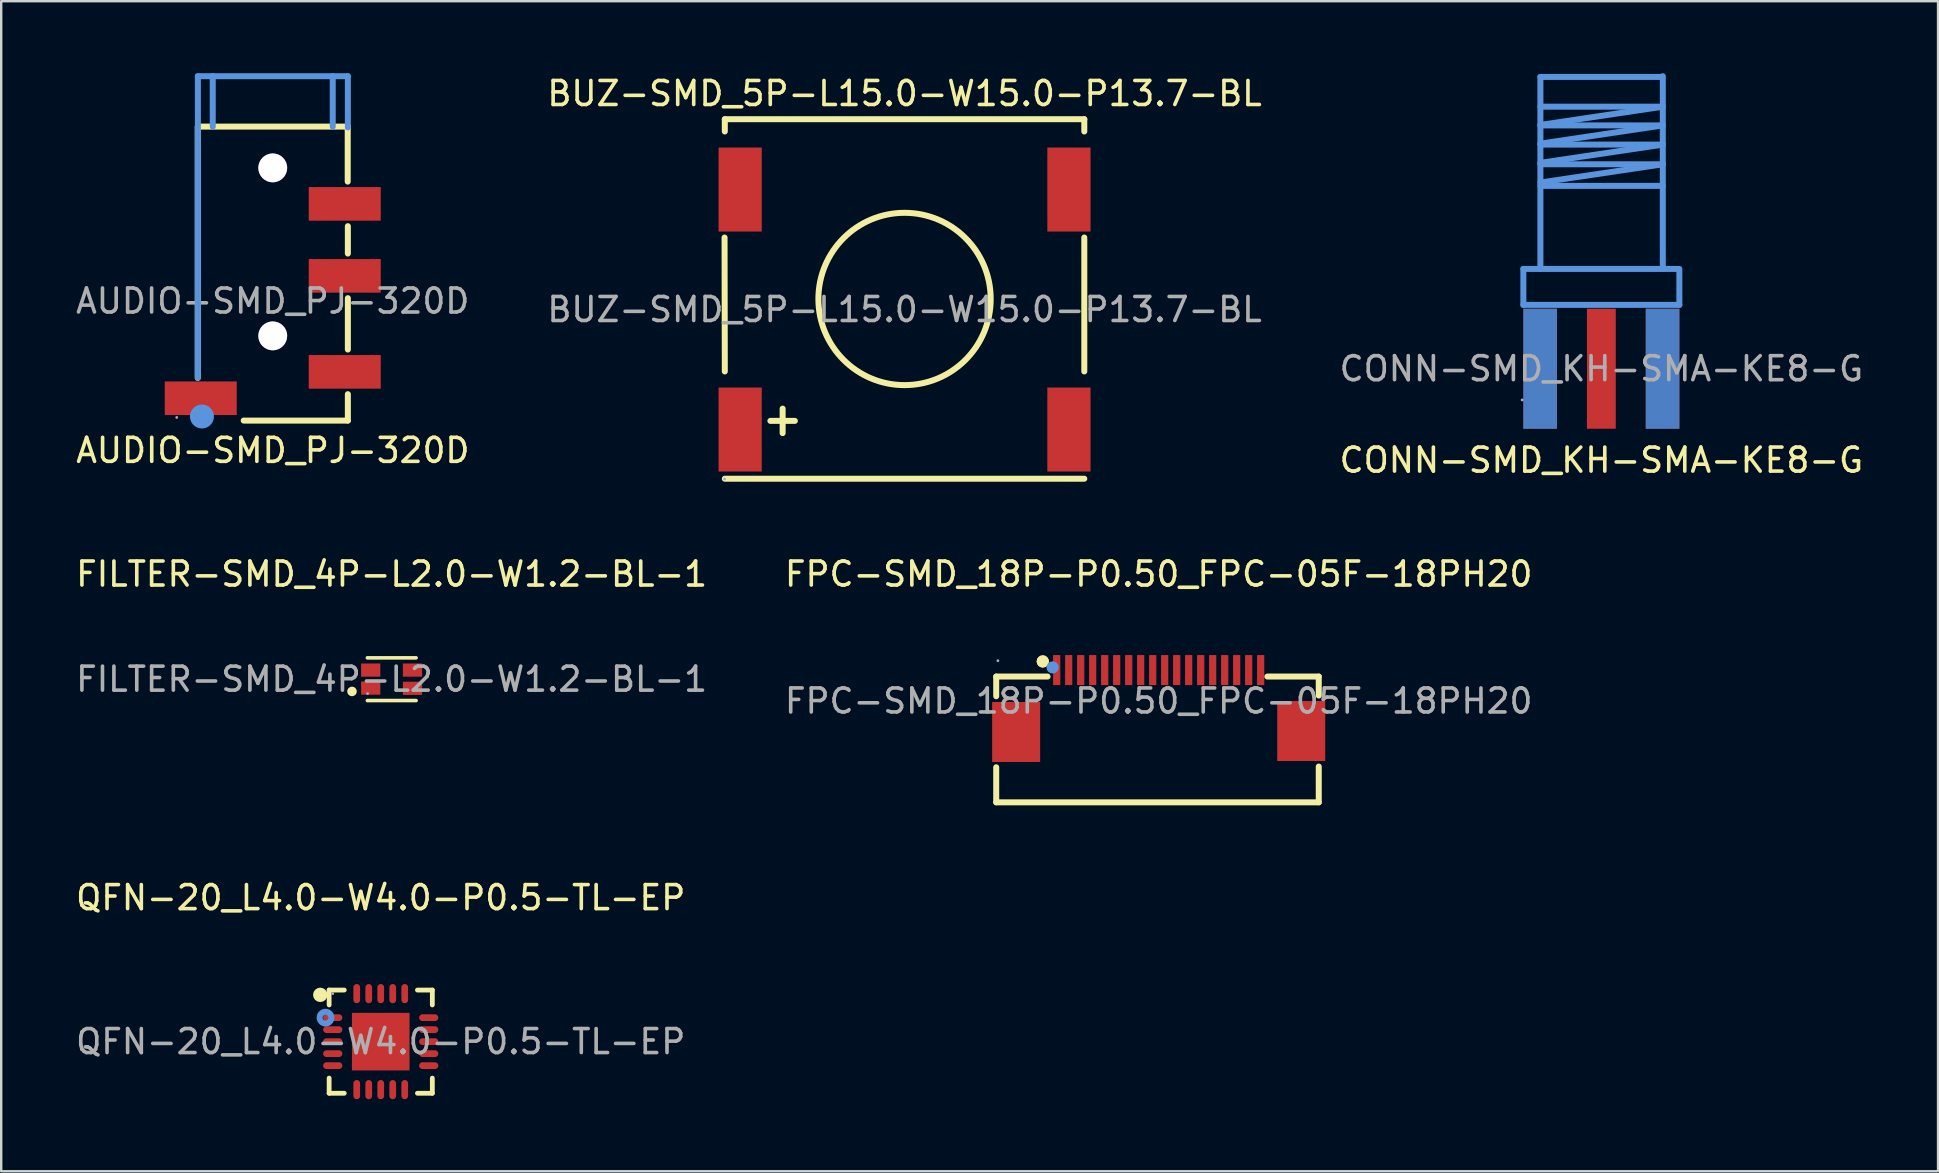
<source format=kicad_pcb>
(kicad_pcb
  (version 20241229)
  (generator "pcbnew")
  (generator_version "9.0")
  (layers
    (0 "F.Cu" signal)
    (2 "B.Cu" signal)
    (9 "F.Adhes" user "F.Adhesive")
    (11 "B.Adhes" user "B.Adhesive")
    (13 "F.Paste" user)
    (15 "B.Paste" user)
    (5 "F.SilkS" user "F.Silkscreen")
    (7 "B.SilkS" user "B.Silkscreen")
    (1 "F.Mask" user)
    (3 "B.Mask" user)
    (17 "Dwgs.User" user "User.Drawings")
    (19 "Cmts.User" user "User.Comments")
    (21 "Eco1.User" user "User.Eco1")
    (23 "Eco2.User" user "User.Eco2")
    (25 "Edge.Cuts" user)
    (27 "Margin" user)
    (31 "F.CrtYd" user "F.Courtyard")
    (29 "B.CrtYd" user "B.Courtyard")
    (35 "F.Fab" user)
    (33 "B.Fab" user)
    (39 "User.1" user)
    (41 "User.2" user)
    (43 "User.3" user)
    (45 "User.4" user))
  (footprint "BUZ-SMD_5P-L15.0-W15.0-P13.7-BL"
    (layer "F.Cu")
    (at 34.642 9.848)
    (property "Reference" "BUZ-SMD_5P-L15.0-W15.0-P13.7-BL" (at 0 -9 0) (layer "F.SilkS") (effects (font (size 1 1) (thickness 0.15))))
    (attr smd)
    (fp_line (start -7.49 -7.93) (end 7.49 -7.93) (stroke (width 0.25) (type solid)) (layer "F.SilkS"))
    (fp_line (start -7.49 -7.42) (end -7.49 -7.93) (stroke (width 0.25) (type solid)) (layer "F.SilkS"))
    (fp_line (start -7.49 2.58) (end -7.5 -3) (stroke (width 0.25) (type solid)) (layer "F.SilkS"))
    (fp_line (start -5.59 4.64) (end -4.57 4.64) (stroke (width 0.25) (type solid)) (layer "F.SilkS"))
    (fp_line (start -5.08 4.13) (end -5.08 5.15) (stroke (width 0.25) (type solid)) (layer "F.SilkS"))
    (fp_line (start 7.49 -7.93) (end 7.49 -7.42) (stroke (width 0.25) (type solid)) (layer "F.SilkS"))
    (fp_line (start 7.49 -3) (end 7.49 2.58) (stroke (width 0.25) (type solid)) (layer "F.SilkS"))
    (fp_line (start 7.49 7.05) (end -7.49 7.05) (stroke (width 0.25) (type solid)) (layer "F.SilkS"))
    (fp_circle (center 0 -0.44) (end 3.59 -0.44) (stroke (width 0.25) (type solid)) (fill no) (layer "F.SilkS"))
    (fp_circle (center -7.5 7.06) (end -7.47 7.06) (stroke (width 0.06) (type solid)) (fill no) (layer "F.Fab"))
    (fp_text user "${REFERENCE}" (at 0 0 0) (layer "F.Fab") (effects (font (size 1 1) (thickness 0.15))))
    (pad "1" smd rect (at -6.85 5) (size 1.8 3.5) (layers "F.Cu" "F.Mask" "F.Paste"))
    (pad "2" smd rect (at 6.85 5) (size 1.8 3.5) (layers "F.Cu" "F.Mask" "F.Paste"))
    (pad "3" smd rect (at 6.85 -5) (size 1.8 3.5) (layers "F.Cu" "F.Mask" "F.Paste"))
    (pad "4" smd rect (at -6.85 -5) (size 1.8 3.5) (layers "F.Cu" "F.Mask" "F.Paste")))
  (footprint "FILTER-SMD_4P-L2.0-W1.2-BL-1"
    (layer "F.Cu")
    (at 13.268 25.252)
    (property "Reference" "FILTER-SMD_4P-L2.0-W1.2-BL-1" (at 0 -4.38 0) (layer "F.SilkS") (effects (font (size 1 1) (thickness 0.15))))
    (attr through_hole)
    (fp_line (start -1.01 -0.89) (end 1.02 -0.89) (stroke (width 0.15) (type solid)) (layer "F.SilkS"))
    (fp_line (start -1.01 0.89) (end 1.02 0.89) (stroke (width 0.15) (type solid)) (layer "F.SilkS"))
    (fp_circle (center -1.65 0.51) (end -1.55 0.51) (stroke (width 0.2) (type solid)) (fill no) (layer "F.SilkS"))
    (fp_circle (center -1 0.6) (end -0.97 0.6) (stroke (width 0.06) (type solid)) (fill no) (layer "F.Fab"))
    (fp_text user "${REFERENCE}" (at 0 0 0) (layer "F.Fab") (effects (font (size 1 1) (thickness 0.15))))
    (pad "1" smd rect (at -0.87 0.37 270) (size 0.55 0.8) (layers "F.Cu" "F.Mask" "F.Paste"))
    (pad "2" smd rect (at 0.87 0.38 270) (size 0.55 0.8) (layers "F.Cu" "F.Mask" "F.Paste"))
    (pad "3" smd rect (at 0.87 -0.38 270) (size 0.55 0.8) (layers "F.Cu" "F.Mask" "F.Paste"))
    (pad "4" smd rect (at -0.87 -0.38 270) (size 0.55 0.8) (layers "F.Cu" "F.Mask" "F.Paste")))
  (footprint "QFN-20_L4.0-W4.0-P0.5-TL-EP"
    (layer "F.Cu")
    (at 12.815 40.355)
    (property "Reference" "QFN-20_L4.0-W4.0-P0.5-TL-EP" (at 0 -6 0) (layer "F.SilkS") (effects (font (size 1 1) (thickness 0.15))))
    (attr smd)
    (fp_line (start -2.15 -2.15) (end -1.52 -2.15) (stroke (width 0.2) (type solid)) (layer "F.SilkS"))
    (fp_line (start -2.15 -1.53) (end -2.15 -2.15) (stroke (width 0.2) (type solid)) (layer "F.SilkS"))
    (fp_line (start -2.15 1.52) (end -2.15 2.15) (stroke (width 0.2) (type solid)) (layer "F.SilkS"))
    (fp_line (start -2.15 2.15) (end -1.52 2.15) (stroke (width 0.2) (type solid)) (layer "F.SilkS"))
    (fp_line (start 1.53 2.15) (end 2.15 2.15) (stroke (width 0.2) (type solid)) (layer "F.SilkS"))
    (fp_line (start 2.15 -2.15) (end 1.53 -2.15) (stroke (width 0.2) (type solid)) (layer "F.SilkS"))
    (fp_line (start 2.15 -1.53) (end 2.15 -2.15) (stroke (width 0.2) (type solid)) (layer "F.SilkS"))
    (fp_line (start 2.15 2.15) (end 2.15 1.52) (stroke (width 0.2) (type solid)) (layer "F.SilkS"))
    (fp_arc (start -2.52 -1.95) (mid -2.52 -1.95) (end -2.52 -1.95) (stroke (width 0.3) (type solid)) (layer "F.SilkS"))
    (fp_circle (center -2.3 -1) (end -2.18 -1) (stroke (width 0.25) (type solid)) (fill no) (layer "Cmts.User"))
    (fp_circle (center -2 -2) (end -1.97 -2) (stroke (width 0.06) (type solid)) (fill no) (layer "F.Fab"))
    (fp_text user "${REFERENCE}" (at 0 0 0) (layer "F.Fab") (effects (font (size 1 1) (thickness 0.15))))
    (pad "1" smd oval (at -2 -1 90) (size 0.28 0.8) (layers "F.Cu" "F.Mask" "F.Paste"))
    (pad "2" smd oval (at -2 -0.5 90) (size 0.28 0.8) (layers "F.Cu" "F.Mask" "F.Paste"))
    (pad "3" smd oval (at -2 0 90) (size 0.28 0.8) (layers "F.Cu" "F.Mask" "F.Paste"))
    (pad "4" smd oval (at -2 0.5 90) (size 0.28 0.8) (layers "F.Cu" "F.Mask" "F.Paste"))
    (pad "5" smd oval (at -2 1 90) (size 0.28 0.8) (layers "F.Cu" "F.Mask" "F.Paste"))
    (pad "6" smd oval (at -1 2) (size 0.28 0.8) (layers "F.Cu" "F.Mask" "F.Paste"))
    (pad "7" smd oval (at -0.5 2) (size 0.28 0.8) (layers "F.Cu" "F.Mask" "F.Paste"))
    (pad "8" smd oval (at 0 2) (size 0.28 0.8) (layers "F.Cu" "F.Mask" "F.Paste"))
    (pad "9" smd oval (at 0.5 2) (size 0.28 0.8) (layers "F.Cu" "F.Mask" "F.Paste"))
    (pad "10" smd oval (at 1 2) (size 0.28 0.8) (layers "F.Cu" "F.Mask" "F.Paste"))
    (pad "11" smd oval (at 2 1 90) (size 0.28 0.8) (layers "F.Cu" "F.Mask" "F.Paste"))
    (pad "12" smd oval (at 2 0.5 90) (size 0.28 0.8) (layers "F.Cu" "F.Mask" "F.Paste"))
    (pad "13" smd oval (at 2 0 90) (size 0.28 0.8) (layers "F.Cu" "F.Mask" "F.Paste"))
    (pad "14" smd oval (at 2 -0.5 90) (size 0.28 0.8) (layers "F.Cu" "F.Mask" "F.Paste"))
    (pad "15" smd oval (at 2 -1 90) (size 0.28 0.8) (layers "F.Cu" "F.Mask" "F.Paste"))
    (pad "16" smd oval (at 1 -2) (size 0.28 0.8) (layers "F.Cu" "F.Mask" "F.Paste"))
    (pad "17" smd oval (at 0.5 -2) (size 0.28 0.8) (layers "F.Cu" "F.Mask" "F.Paste"))
    (pad "18" smd oval (at 0 -2) (size 0.28 0.8) (layers "F.Cu" "F.Mask" "F.Paste"))
    (pad "19" smd oval (at -0.5 -2) (size 0.28 0.8) (layers "F.Cu" "F.Mask" "F.Paste"))
    (pad "20" smd oval (at -1 -2) (size 0.28 0.8) (layers "F.Cu" "F.Mask" "F.Paste"))
    (pad "21" smd rect (at 0 0) (size 2.4 2.4) (layers "F.Cu" "F.Mask" "F.Paste")))
  (footprint "FPC-SMD_18P-P0.50_FPC-05F-18PH20"
    (layer "F.Cu")
    (at 45.232 26.162)
    (property "Reference" "FPC-SMD_18P-P0.50_FPC-05F-18PH20" (at 0 -5.29 0) (layer "F.SilkS") (effects (font (size 1 1) (thickness 0.15))))
    (attr smd)
    (fp_line (start -6.77 -1.02) (end -4.63 -1.02) (stroke (width 0.25) (type solid)) (layer "F.SilkS"))
    (fp_line (start -6.77 -0.2) (end -6.77 -1.02) (stroke (width 0.25) (type solid)) (layer "F.SilkS"))
    (fp_line (start -6.77 4.22) (end -6.77 2.76) (stroke (width 0.25) (type solid)) (layer "F.SilkS"))
    (fp_line (start 4.53 -1.02) (end 6.67 -1.02) (stroke (width 0.25) (type solid)) (layer "F.SilkS"))
    (fp_line (start 6.67 -1.02) (end 6.67 -0.23) (stroke (width 0.25) (type solid)) (layer "F.SilkS"))
    (fp_line (start 6.67 2.73) (end 6.67 4.22) (stroke (width 0.25) (type solid)) (layer "F.SilkS"))
    (fp_line (start 6.67 4.22) (end -6.77 4.22) (stroke (width 0.25) (type solid)) (layer "F.SilkS"))
    (fp_circle (center -4.83 -1.65) (end -4.7 -1.65) (stroke (width 0.25) (type solid)) (fill no) (layer "F.SilkS"))
    (fp_circle (center -4.83 -1.65) (end -4.7 -1.65) (stroke (width 0.25) (type solid)) (fill no) (layer "F.SilkS"))
    (fp_circle (center -4.42 -1.4) (end -4.29 -1.4) (stroke (width 0.25) (type solid)) (fill no) (layer "Cmts.User"))
    (fp_circle (center -6.7 -1.68) (end -6.67 -1.68) (stroke (width 0.06) (type solid)) (fill no) (layer "F.Fab"))
    (fp_text user "${REFERENCE}" (at 0 0 0) (layer "F.Fab") (effects (font (size 1 1) (thickness 0.15))))
    (pad "1" smd rect (at -4.25 -1.29) (size 0.3 1.25) (layers "F.Cu" "F.Mask" "F.Paste"))
    (pad "2" smd rect (at -3.75 -1.29) (size 0.3 1.25) (layers "F.Cu" "F.Mask" "F.Paste"))
    (pad "3" smd rect (at -3.25 -1.29) (size 0.3 1.25) (layers "F.Cu" "F.Mask" "F.Paste"))
    (pad "4" smd rect (at -2.75 -1.29) (size 0.3 1.25) (layers "F.Cu" "F.Mask" "F.Paste"))
    (pad "5" smd rect (at -2.25 -1.29) (size 0.3 1.25) (layers "F.Cu" "F.Mask" "F.Paste"))
    (pad "6" smd rect (at -1.75 -1.29) (size 0.3 1.25) (layers "F.Cu" "F.Mask" "F.Paste"))
    (pad "7" smd rect (at -1.25 -1.29) (size 0.3 1.25) (layers "F.Cu" "F.Mask" "F.Paste"))
    (pad "8" smd rect (at -0.75 -1.29) (size 0.3 1.25) (layers "F.Cu" "F.Mask" "F.Paste"))
    (pad "9" smd rect (at -0.25 -1.29) (size 0.3 1.25) (layers "F.Cu" "F.Mask" "F.Paste"))
    (pad "10" smd rect (at 0.25 -1.29) (size 0.3 1.25) (layers "F.Cu" "F.Mask" "F.Paste"))
    (pad "11" smd rect (at 0.75 -1.29) (size 0.3 1.25) (layers "F.Cu" "F.Mask" "F.Paste"))
    (pad "12" smd rect (at 1.25 -1.29) (size 0.3 1.25) (layers "F.Cu" "F.Mask" "F.Paste"))
    (pad "13" smd rect (at 1.75 -1.29) (size 0.3 1.25) (layers "F.Cu" "F.Mask" "F.Paste"))
    (pad "14" smd rect (at 2.25 -1.29) (size 0.3 1.25) (layers "F.Cu" "F.Mask" "F.Paste"))
    (pad "15" smd rect (at 2.75 -1.29) (size 0.3 1.25) (layers "F.Cu" "F.Mask" "F.Paste"))
    (pad "16" smd rect (at 3.25 -1.29) (size 0.3 1.25) (layers "F.Cu" "F.Mask" "F.Paste"))
    (pad "17" smd rect (at 3.75 -1.29) (size 0.3 1.25) (layers "F.Cu" "F.Mask" "F.Paste"))
    (pad "18" smd rect (at 4.25 -1.29) (size 0.3 1.25) (layers "F.Cu" "F.Mask" "F.Paste"))
    (pad "SH" smd rect (at -5.94 1.29) (size 2 2.5) (layers "F.Cu" "F.Mask" "F.Paste"))
    (pad "SH" smd rect (at 5.94 1.25) (size 2 2.5) (layers "F.Cu" "F.Mask" "F.Paste")))
  (footprint "AUDIO-SMD_PJ-320D"
    (layer "F.Cu")
    (at 8.315 9.495)
    (property "Reference" "AUDIO-SMD_PJ-320D" (at 0.005 6.223 0) (layer "F.SilkS") (effects (font (size 1 1) (thickness 0.15))))
    (attr smd)
    (fp_line (start -3.124 -7.264) (end -3.124 3.2) (stroke (width 0.25) (type solid)) (layer "F.SilkS"))
    (fp_line (start 3.124 -7.264) (end 3.124 -4.978) (stroke (width 0.25) (type solid)) (layer "F.SilkS"))
    (fp_line (start 3.13 -7.27) (end -3.12 -7.27) (stroke (width 0.25) (type solid)) (layer "F.SilkS"))
    (fp_line (start 3.13 -3.12) (end 3.13 -1.98) (stroke (width 0.25) (type solid)) (layer "F.SilkS"))
    (fp_line (start 3.13 -0.12) (end 3.13 2.02) (stroke (width 0.25) (type solid)) (layer "F.SilkS"))
    (fp_line (start 3.13 3.88) (end 3.13 4.98) (stroke (width 0.25) (type solid)) (layer "F.SilkS"))
    (fp_line (start 3.13 4.98) (end -1.21 4.98) (stroke (width 0.25) (type solid)) (layer "F.SilkS"))
    (fp_line (start -3.12 -9.37) (end -3.12 3.19) (stroke (width 0.25) (type solid)) (layer "Cmts.User"))
    (fp_line (start -3.12 -9.37) (end 3.13 -9.37) (stroke (width 0.25) (type solid)) (layer "Cmts.User"))
    (fp_line (start -2.5 -9.37) (end -2.5 -7.27) (stroke (width 0.25) (type solid)) (layer "Cmts.User"))
    (fp_line (start 2.5 -7.27) (end 2.5 -9.37) (stroke (width 0.25) (type solid)) (layer "Cmts.User"))
    (fp_line (start 3.13 -9.37) (end 3.13 -7.239) (stroke (width 0.25) (type solid)) (layer "Cmts.User"))
    (fp_circle (center -2.95 4.81) (end -2.7 4.81) (stroke (width 0.5) (type solid)) (fill no) (layer "Cmts.User"))
    (fp_circle (center 0 -5.55) (end 0.2 -5.55) (stroke (width 0.4) (type solid)) (fill no) (layer "Cmts.User"))
    (fp_circle (center 0 1.45) (end 0.2 1.45) (stroke (width 0.4) (type solid)) (fill no) (layer "Cmts.User"))
    (fp_circle (center -4 4.85) (end -3.97 4.85) (stroke (width 0.06) (type solid)) (fill no) (layer "F.Fab"))
    (fp_text user "${REFERENCE}" (at 0 0 0) (layer "F.Fab") (effects (font (size 1 1) (thickness 0.15))))
    (pad "" thru_hole circle (at 0 -5.55) (size 1.2 1.2) (drill 1.2) (layers "*.Cu" "*.Mask"))
    (pad "" thru_hole circle (at 0 1.45) (size 1.2 1.2) (drill 1.2) (layers "*.Cu" "*.Mask"))
    (pad "1" smd rect (at -3 4.05) (size 3 1.4) (layers "F.Cu" "F.Mask" "F.Paste"))
    (pad "2" smd rect (at 3 -4.05) (size 3 1.4) (layers "F.Cu" "F.Mask" "F.Paste"))
    (pad "3" smd rect (at 3 -1.05) (size 3 1.4) (layers "F.Cu" "F.Mask" "F.Paste"))
    (pad "4" smd rect (at 3 2.95) (size 3 1.4) (layers "F.Cu" "F.Mask" "F.Paste")))
  (footprint "CONN-SMD_KH-SMA-KE8-G"
    (layer "F.Cu")
    (at 63.678 12.315)
    (property "Reference" "CONN-SMD_KH-SMA-KE8-G" (at 0 3.81 0) (layer "F.SilkS") (effects (font (size 1 1) (thickness 0.15))))
    (attr smd)
    (fp_line (start -3.25 -4.16) (end 3.18 -4.16) (stroke (width 0.25) (type solid)) (layer "Cmts.User"))
    (fp_line (start -3.25 -2.66) (end -3.25 -4.16) (stroke (width 0.25) (type solid)) (layer "Cmts.User"))
    (fp_line (start -3.25 -2.66) (end 3.25 -2.66) (stroke (width 0.25) (type solid)) (layer "Cmts.User"))
    (fp_line (start -2.54 -12.16) (end 2.54 -12.16) (stroke (width 0.25) (type solid)) (layer "Cmts.User"))
    (fp_line (start -2.54 -10.92) (end 2.56 -10.92) (stroke (width 0.25) (type solid)) (layer "Cmts.User"))
    (fp_line (start -2.54 -10.14) (end 2.56 -10.14) (stroke (width 0.25) (type solid)) (layer "Cmts.User"))
    (fp_line (start -2.54 -9.34) (end 2.56 -9.34) (stroke (width 0.25) (type solid)) (layer "Cmts.User"))
    (fp_line (start -2.54 -8.52) (end 2.56 -8.52) (stroke (width 0.25) (type solid)) (layer "Cmts.User"))
    (fp_line (start -2.54 -7.62) (end 2.56 -7.62) (stroke (width 0.25) (type solid)) (layer "Cmts.User"))
    (fp_line (start -2.54 -4.16) (end -2.54 -12.16) (stroke (width 0.25) (type solid)) (layer "Cmts.User"))
    (fp_line (start 2.56 -10.92) (end -2.54 -10.16) (stroke (width 0.25) (type solid)) (layer "Cmts.User"))
    (fp_line (start 2.56 -10.14) (end -2.54 -9.38) (stroke (width 0.25) (type solid)) (layer "Cmts.User"))
    (fp_line (start 2.56 -9.34) (end -2.54 -8.58) (stroke (width 0.25) (type solid)) (layer "Cmts.User"))
    (fp_line (start 2.56 -8.52) (end -2.54 -7.76) (stroke (width 0.25) (type solid)) (layer "Cmts.User"))
    (fp_line (start 2.56 -4.16) (end 2.56 -12.19) (stroke (width 0.25) (type solid)) (layer "Cmts.User"))
    (fp_line (start 3.25 -2.66) (end 3.25 -4.16) (stroke (width 0.25) (type solid)) (layer "Cmts.User"))
    (fp_circle (center -3.3 1.3) (end -3.27 1.3) (stroke (width 0.06) (type solid)) (fill no) (layer "F.Fab"))
    (fp_text user "${REFERENCE}" (at 0 0 0) (layer "F.Fab") (effects (font (size 1 1) (thickness 0.15))))
    (pad "1" smd rect (at 0 0) (size 1.2 5) (layers "F.Cu" "F.Mask" "F.Paste"))
    (pad "2" smd rect (at -2.55 0) (size 1.4 5) (layers "F.Cu" "F.Mask" "F.Paste"))
    (pad "2" smd rect (at -2.55 0) (size 1.4 5) (layers "B.Cu" "B.Mask" "B.Paste"))
    (pad "2" smd rect (at 2.55 0) (size 1.4 5) (layers "F.Cu" "F.Mask" "F.Paste"))
    (pad "2" smd rect (at 2.55 0) (size 1.4 5) (layers "B.Cu" "B.Mask" "B.Paste")))
  (gr_rect
    (start -3 -3)
    (end 77.707 45.755)
    (stroke (width 0.1) (type default))
    (fill no)
    (layer "Edge.Cuts")))
</source>
